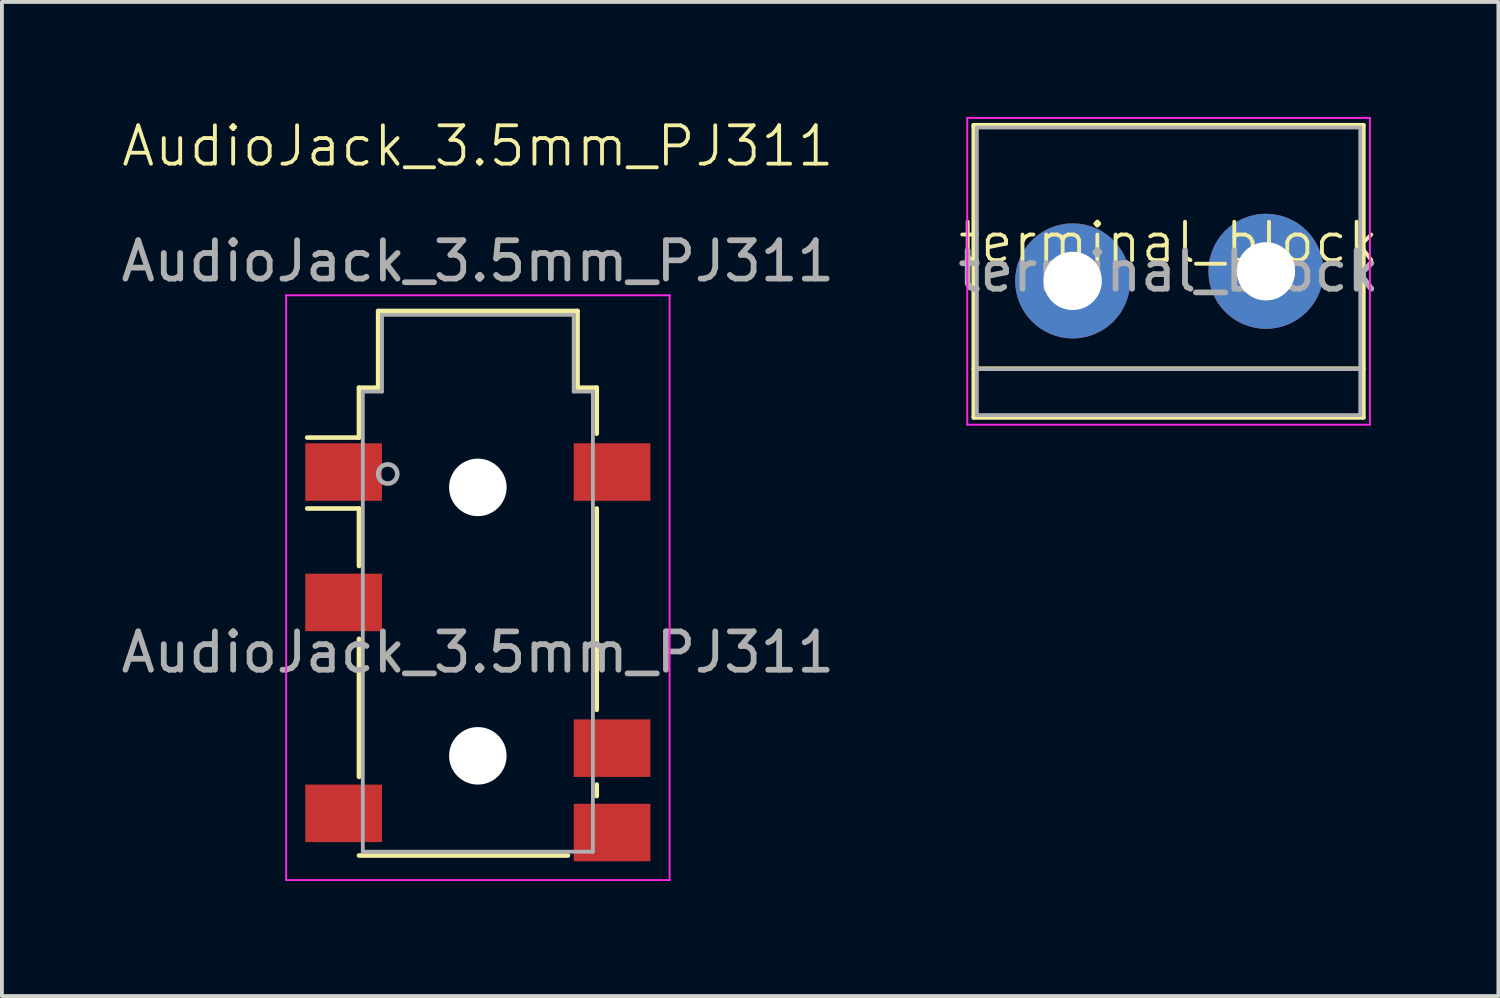
<source format=kicad_pcb>
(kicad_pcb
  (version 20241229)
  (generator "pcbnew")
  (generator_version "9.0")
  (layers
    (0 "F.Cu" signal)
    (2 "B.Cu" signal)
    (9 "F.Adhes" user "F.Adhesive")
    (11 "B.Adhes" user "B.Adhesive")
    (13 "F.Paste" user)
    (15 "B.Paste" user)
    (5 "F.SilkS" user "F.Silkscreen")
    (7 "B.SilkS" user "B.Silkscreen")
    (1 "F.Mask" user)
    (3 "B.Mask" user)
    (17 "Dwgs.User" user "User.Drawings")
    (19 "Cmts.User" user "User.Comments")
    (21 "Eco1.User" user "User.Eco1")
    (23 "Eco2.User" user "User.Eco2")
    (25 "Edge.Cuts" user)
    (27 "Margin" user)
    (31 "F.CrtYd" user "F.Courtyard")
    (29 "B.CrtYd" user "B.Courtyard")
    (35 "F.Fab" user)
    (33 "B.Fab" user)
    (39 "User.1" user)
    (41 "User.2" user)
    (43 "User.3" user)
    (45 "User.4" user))
  (footprint "terminal_block"
    (layer "F.Cu")
    (at 27.423 3.775)
    (property "Reference" "terminal_block" (at 0 -0.5 0) (unlocked yes) (layer "F.SilkS") (effects (font (size 1 1) (thickness 0.1))))
    (attr through_hole)
    (fp_line (start -5.08 -3.56) (end -5.08 4.06) (stroke (width 0.12) (type solid)) (layer "F.SilkS"))
    (fp_line (start -5.08 4.06) (end 5.08 4.06) (stroke (width 0.12) (type solid)) (layer "F.SilkS"))
    (fp_line (start 5.08 -3.56) (end -5.08 -3.56) (stroke (width 0.12) (type solid)) (layer "F.SilkS"))
    (fp_line (start 5.08 2.79) (end -5.08 2.79) (stroke (width 0.12) (type solid)) (layer "F.SilkS"))
    (fp_line (start 5.08 4.06) (end 5.08 -3.56) (stroke (width 0.12) (type solid)) (layer "F.SilkS"))
    (fp_line (start -5.25 -3.75) (end -5.25 4.25) (stroke (width 0.05) (type solid)) (layer "F.CrtYd"))
    (fp_line (start -5.25 -3.75) (end 5.25 -3.75) (stroke (width 0.05) (type solid)) (layer "F.CrtYd"))
    (fp_line (start 5.25 4.25) (end -5.25 4.25) (stroke (width 0.05) (type solid)) (layer "F.CrtYd"))
    (fp_line (start 5.25 4.25) (end 5.25 -3.75) (stroke (width 0.05) (type solid)) (layer "F.CrtYd"))
    (fp_line (start -5 -3.5) (end -5 4) (stroke (width 0.1) (type solid)) (layer "F.Fab"))
    (fp_line (start -5 4) (end 5 4) (stroke (width 0.1) (type solid)) (layer "F.Fab"))
    (fp_line (start -4.95 2.8) (end 4.95 2.8) (stroke (width 0.1) (type solid)) (layer "F.Fab"))
    (fp_line (start 5 -3.5) (end -5 -3.5) (stroke (width 0.1) (type solid)) (layer "F.Fab"))
    (fp_line (start 5 4) (end 5 -3.5) (stroke (width 0.1) (type solid)) (layer "F.Fab"))
    (fp_text user "${REFERENCE}" (at 0 0.25 0) (layer "F.Fab") (effects (font (size 1 1) (thickness 0.15))))
    (pad "1" thru_hole circle (at -2.5 0.5) (size 3 3) (drill 1.52) (layers "*.Cu" "*.Mask"))
    (pad "2" thru_hole circle (at 2.54 0.25) (size 3 3) (drill 1.52) (layers "*.Cu" "*.Mask")))
  (footprint "AudioJack_3.5mm_PJ311"
    (layer "F.Cu")
    (at 9.411 8.97)
    (property "Reference" "AudioJack_3.5mm_PJ311" (at 0 -8.21 0) (unlocked yes) (layer "F.SilkS") (effects (font (size 1 1) (thickness 0.1))))
    (attr through_hole)
    (fp_line (start -3.1 -1.91) (end -2.6 -1.91) (stroke (width 0.12) (type solid)) (layer "F.SilkS"))
    (fp_line (start -3.1 -0.61) (end -4.45 -0.61) (stroke (width 0.12) (type solid)) (layer "F.SilkS"))
    (fp_line (start -3.1 -0.61) (end -3.1 -1.91) (stroke (width 0.12) (type solid)) (layer "F.SilkS"))
    (fp_line (start -3.1 1.24) (end -4.45 1.24) (stroke (width 0.12) (type solid)) (layer "F.SilkS"))
    (fp_line (start -3.1 2.74) (end -3.1 1.24) (stroke (width 0.12) (type solid)) (layer "F.SilkS"))
    (fp_line (start -3.1 8.24) (end -3.1 4.64) (stroke (width 0.12) (type solid)) (layer "F.SilkS"))
    (fp_line (start -2.6 -3.91) (end 2.6 -3.91) (stroke (width 0.12) (type solid)) (layer "F.SilkS"))
    (fp_line (start -2.6 -1.91) (end -2.6 -3.91) (stroke (width 0.12) (type solid)) (layer "F.SilkS"))
    (fp_line (start 2.35 10.29) (end -3.1 10.29) (stroke (width 0.12) (type solid)) (layer "F.SilkS"))
    (fp_line (start 2.6 -3.91) (end 2.6 -1.91) (stroke (width 0.12) (type solid)) (layer "F.SilkS"))
    (fp_line (start 2.6 -1.91) (end 3.1 -1.91) (stroke (width 0.12) (type solid)) (layer "F.SilkS"))
    (fp_line (start 3.1 -1.91) (end 3.1 -0.71) (stroke (width 0.12) (type solid)) (layer "F.SilkS"))
    (fp_line (start 3.1 1.24) (end 3.1 6.49) (stroke (width 0.12) (type solid)) (layer "F.SilkS"))
    (fp_line (start 3.1 8.44) (end 3.1 8.74) (stroke (width 0.12) (type solid)) (layer "F.SilkS"))
    (fp_line (start -5 -4.32) (end -5 10.93) (stroke (width 0.05) (type solid)) (layer "F.CrtYd"))
    (fp_line (start -5 -4.32) (end 5 -4.32) (stroke (width 0.05) (type solid)) (layer "F.CrtYd"))
    (fp_line (start -5 10.93) (end 5 10.93) (stroke (width 0.05) (type solid)) (layer "F.CrtYd"))
    (fp_line (start 5 10.93) (end 5 -4.32) (stroke (width 0.05) (type solid)) (layer "F.CrtYd"))
    (fp_line (start -3 -1.81) (end -3 10.19) (stroke (width 0.1) (type solid)) (layer "F.Fab"))
    (fp_line (start -3 10.19) (end 3 10.19) (stroke (width 0.1) (type solid)) (layer "F.Fab"))
    (fp_line (start -2.5 -3.81) (end -2.5 -1.81) (stroke (width 0.1) (type solid)) (layer "F.Fab"))
    (fp_line (start -2.5 -1.81) (end -3 -1.81) (stroke (width 0.1) (type solid)) (layer "F.Fab"))
    (fp_line (start 2.5 -3.81) (end -2.5 -3.81) (stroke (width 0.1) (type solid)) (layer "F.Fab"))
    (fp_line (start 2.5 -1.81) (end 2.5 -3.81) (stroke (width 0.1) (type solid)) (layer "F.Fab"))
    (fp_line (start 3 -1.81) (end 2.5 -1.81) (stroke (width 0.1) (type solid)) (layer "F.Fab"))
    (fp_line (start 3 10.19) (end 3 -1.81) (stroke (width 0.1) (type solid)) (layer "F.Fab"))
    (fp_circle (center -2.35 0.34) (end -2.1 0.34) (stroke (width 0.12) (type solid)) (fill no) (layer "F.Fab"))
    (fp_text user "${REFERENCE}" (at 0 4.99 0) (layer "F.Fab") (effects (font (size 1 1) (thickness 0.15))))
    (fp_text user "${REFERENCE}" (at 0 -5.21 0) (unlocked yes) (layer "F.Fab") (effects (font (size 1 1) (thickness 0.15))))
    (pad "" np_thru_hole circle (at 0 0.69) (size 1.5 1.5) (drill 1.5) (layers "*.Cu" "*.Mask"))
    (pad "" np_thru_hole circle (at 0 7.69) (size 1.5 1.5) (drill 1.5) (layers "*.Cu" "*.Mask"))
    (pad "G" smd rect (at -3.5 0.29) (size 2 1.5) (layers "F.Cu" "F.Mask" "F.Paste"))
    (pad "R" smd rect (at -3.5 3.69) (size 2 1.5) (layers "F.Cu" "F.Mask" "F.Paste"))
    (pad "RN" smd rect (at -3.5 9.19) (size 2 1.5) (layers "F.Cu" "F.Mask" "F.Paste"))
    (pad "S" smd rect (at 3.5 0.29) (size 2 1.5) (layers "F.Cu" "F.Mask" "F.Paste"))
    (pad "T" smd rect (at 3.5 7.49) (size 2 1.5) (layers "F.Cu" "F.Mask" "F.Paste"))
    (pad "TN" smd rect (at 3.5 9.69) (size 2 1.5) (layers "F.Cu" "F.Mask" "F.Paste")))
  (gr_rect
    (start -3 -3)
    (end 36.024 22.925)
    (stroke (width 0.1) (type default))
    (fill no)
    (layer "Edge.Cuts")))
</source>
